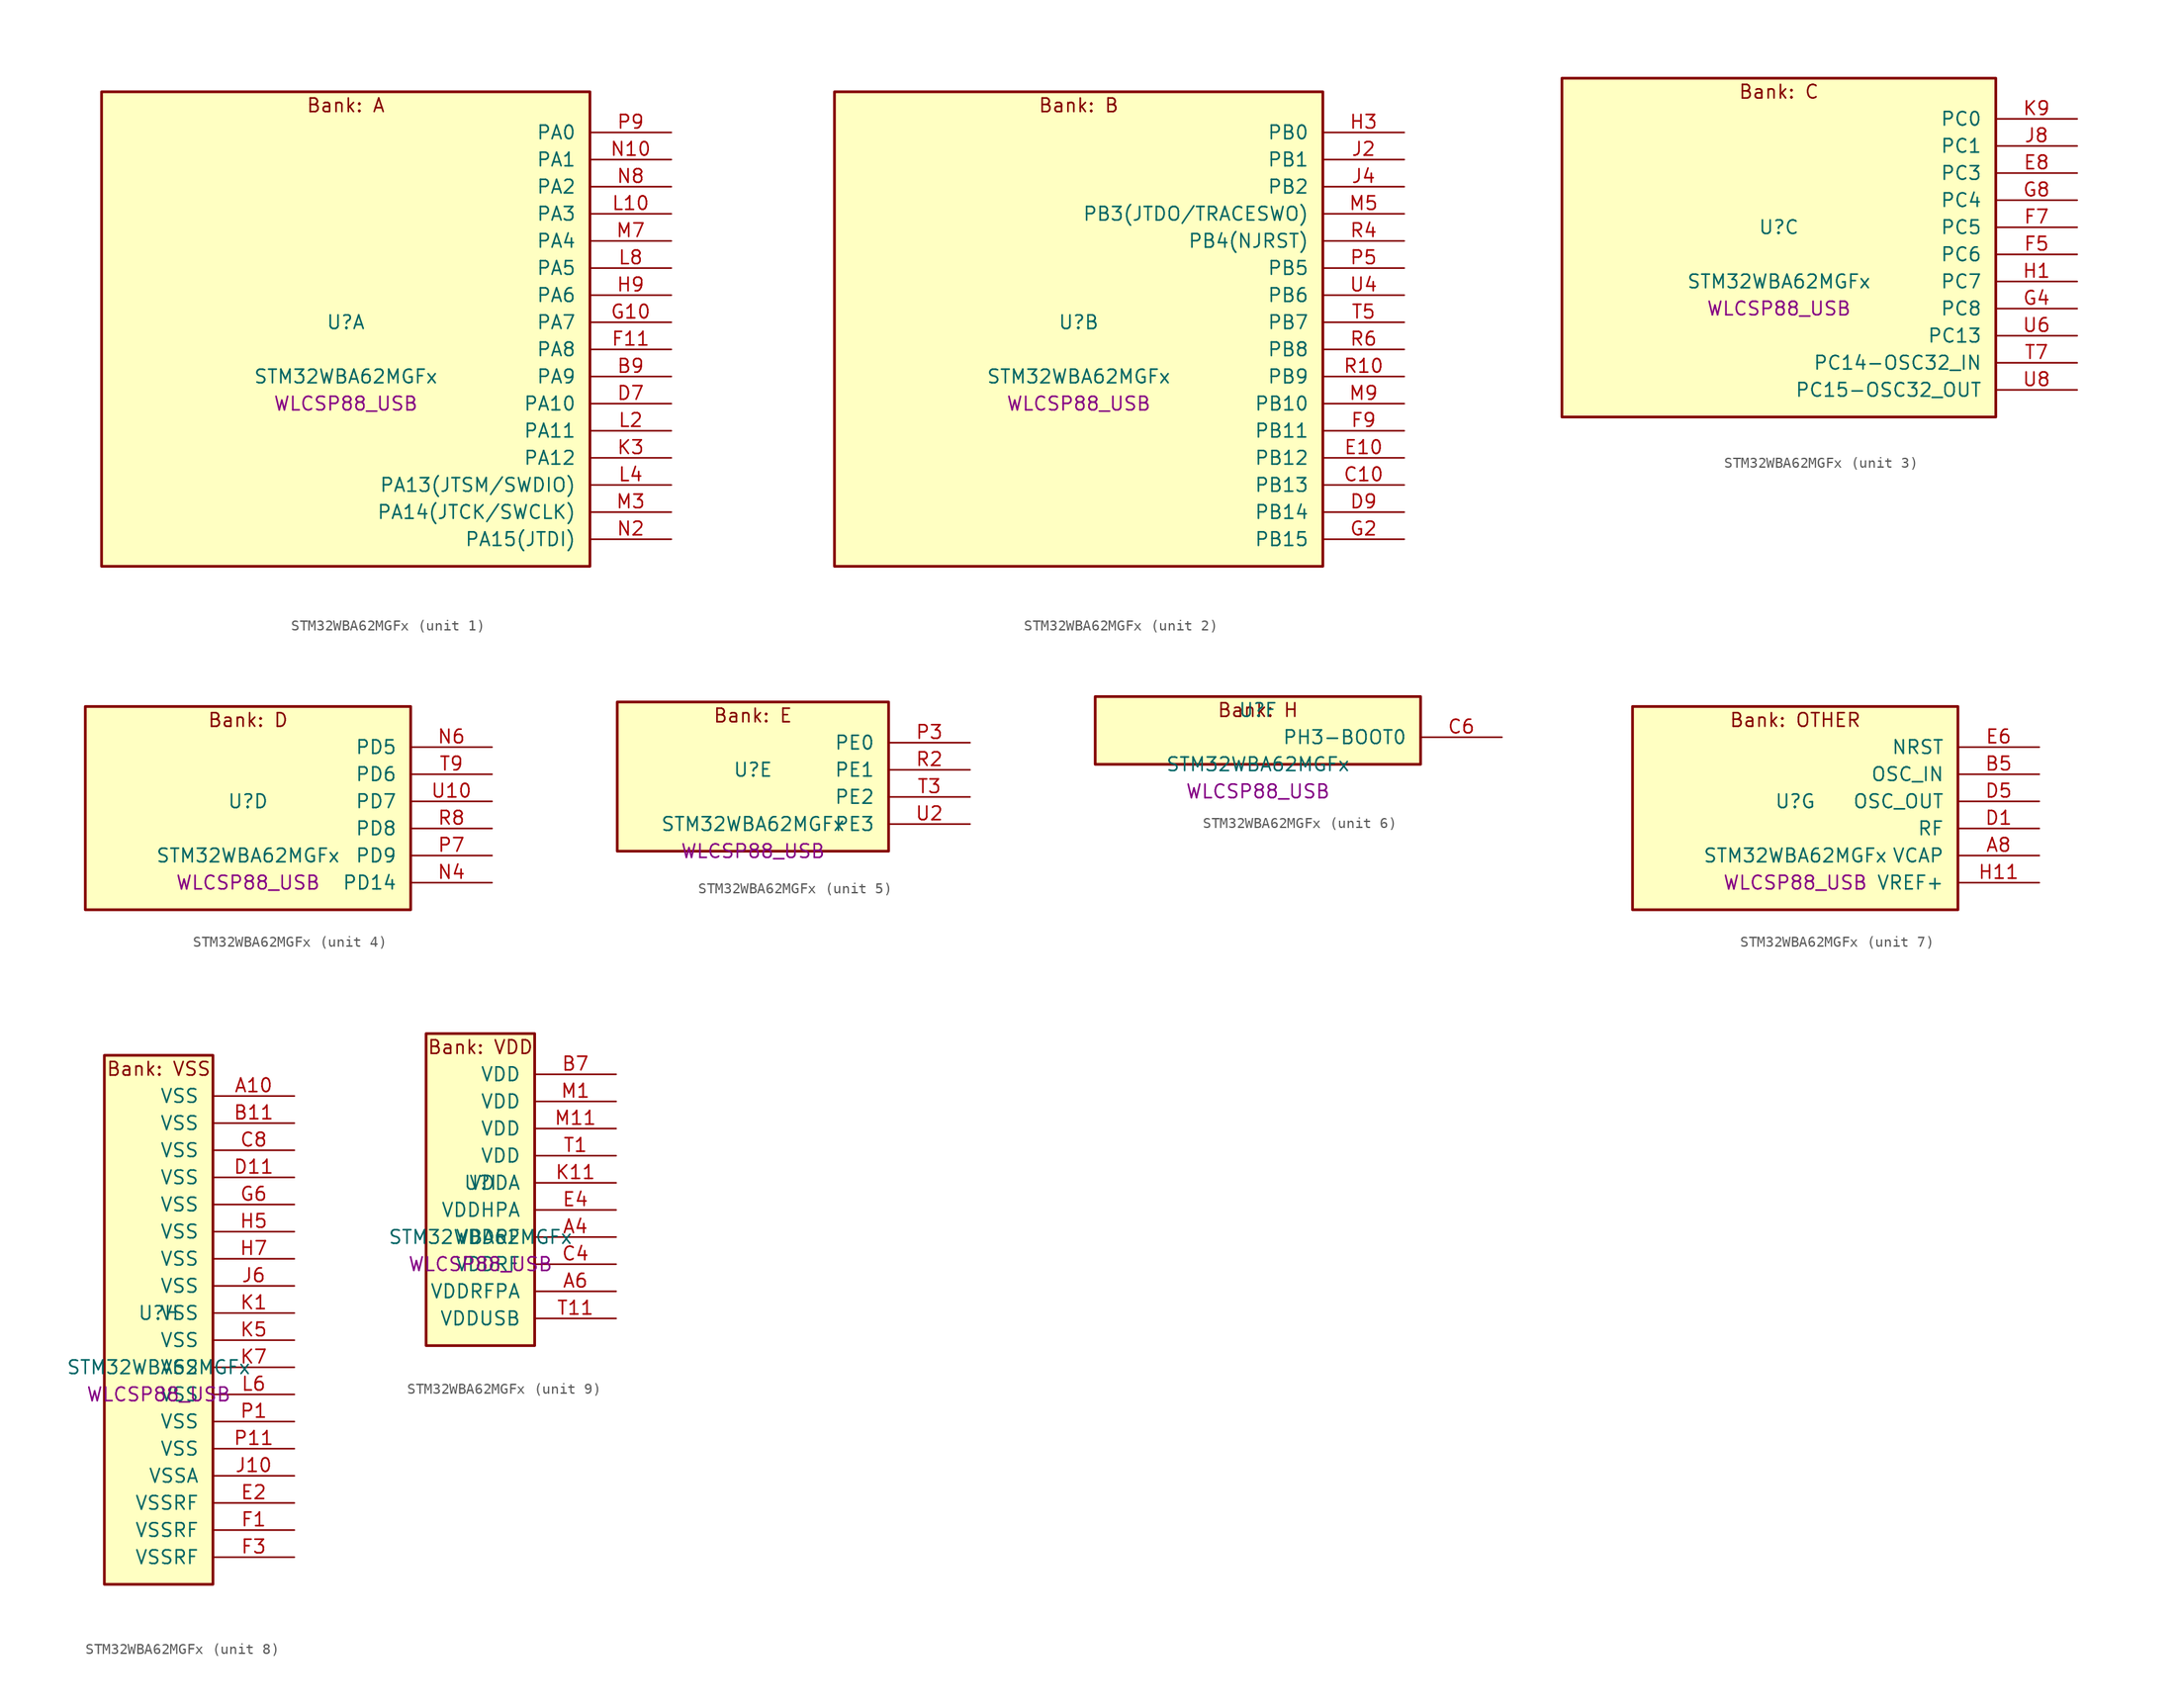
<source format=kicad_sym>
(kicad_symbol_lib
  (version 20241209)
  (generator "stm32_pkl_generator")
  (generator_version "1.0")
  (symbol "STM32WBA62MGFx"
    (pin_names
      (offset 1.27))
    (property "Reference" "U"
      (at 0 2.54 0))
    (property "Value" "STM32WBA62MGFx"
      (at 0 -2.54 0))
    (property "Footprint" "WLCSP88_USB"
      (at 0 -5.08 0))
    (symbol "STM32WBA62MGFx_1_1"
      (rectangle (start -22.86 24.13) (end 22.86 -20.32) (stroke (width 0.254) (type solid)) (fill (type background)))
      (text "Bank: A" (at 0 22.86 0))
      (pin bidirectional line (at 30.48 20.32 180) (length 7.62) (name "PA0") (number "P9") (alternate "PA0/ADC4_IN9" bidirectional line) (alternate "PA0/COMP2_INP" bidirectional line) (alternate "PA0/LPTIM1_IN1" bidirectional line) (alternate "PA0/LPUART1_CTS" bidirectional line) (alternate "PA0/PWR_WKUP1" bidirectional line) (alternate "PA0/SPI3_SCK" bidirectional line) (alternate "PA0/TIM1_CH2N" bidirectional line) (alternate "PA0/TIM3_CH3" bidirectional line) (alternate "PA0/TIM3_ETR" bidirectional line) (alternate "PA0/TSC_G2_IO2" bidirectional line))
      (pin bidirectional line (at 30.48 17.78 180) (length 7.62) (name "PA1") (number "N10") (alternate "PA1/ADC4_IN8" bidirectional line) (alternate "PA1/COMP1_INM" bidirectional line) (alternate "PA1/LPTIM2_CH2" bidirectional line) (alternate "PA1/LPUART1_RX" bidirectional line) (alternate "PA1/PWR_WKUP3" bidirectional line) (alternate "PA1/SAI1_CK1" bidirectional line) (alternate "PA1/SPI1_RDY" bidirectional line) (alternate "PA1/SPI3_MISO" bidirectional line) (alternate "PA1/TIM17_CH1" bidirectional line) (alternate "PA1/TIM1_CH1N" bidirectional line) (alternate "PA1/TIM3_CH2" bidirectional line) (alternate "PA1/TSC_G2_IO1" bidirectional line) (alternate "PA1/USART1_CK" bidirectional line))
      (pin bidirectional line (at 30.48 15.24 180) (length 7.62) (name "PA2") (number "N8") (alternate "PA2/ADC4_IN7" bidirectional line) (alternate "PA2/COMP1_INP" bidirectional line) (alternate "PA2/LPUART1_TX" bidirectional line) (alternate "PA2/PWR_WKUP4" bidirectional line) (alternate "PA2/RCC_LSCO" bidirectional line) (alternate "PA2/SAI1_D1" bidirectional line) (alternate "PA2/TIM16_CH1" bidirectional line) (alternate "PA2/TIM1_BKIN" bidirectional line) (alternate "PA2/TIM3_CH1" bidirectional line) (alternate "PA2/TSC_G4_IO4" bidirectional line) (alternate "PA2/USART1_DE" bidirectional line) (alternate "PA2/USART1_RTS" bidirectional line))
      (pin bidirectional line (at 30.48 12.7 180) (length 7.62) (name "PA3") (number "L10") (alternate "PA3/ADC4_IN6" bidirectional line) (alternate "PA3/PWR_WKUP5" bidirectional line) (alternate "PA3/TIM16_CH1N" bidirectional line) (alternate "PA3/TSC_G4_IO2" bidirectional line) (alternate "PA3/USART1_DE" bidirectional line) (alternate "PA3/USART1_RTS" bidirectional line))
      (pin bidirectional line (at 30.48 10.16 180) (length 7.62) (name "PA4") (number "M7") (alternate "PA4/ADC4_IN5" bidirectional line) (alternate "PA4/AUDIOCLK" bidirectional line) (alternate "PA4/PWR_WKUP2" bidirectional line) (alternate "PA4/TAMP_IN6" bidirectional line) (alternate "PA4/TAMP_OUT3" bidirectional line) (alternate "PA4/TIM16_CH1" bidirectional line) (alternate "PA4/TSC_G4_IO1" bidirectional line) (alternate "PA4/USART1_CTS" bidirectional line))
      (pin bidirectional line (at 30.48 7.62 180) (length 7.62) (name "PA5") (number "L8") (alternate "PA5/ADC4_IN4" bidirectional line) (alternate "PA5/AUDIOCLK" bidirectional line) (alternate "PA5/LPTIM2_ETR" bidirectional line) (alternate "PA5/PWR_CSLEEP" bidirectional line) (alternate "PA5/PWR_WKUP6" bidirectional line) (alternate "PA5/SAI1_D2" bidirectional line) (alternate "PA5/SPI3_NSS" bidirectional line) (alternate "PA5/TIM2_CH1" bidirectional line) (alternate "PA5/TIM2_ETR" bidirectional line) (alternate "PA5/TSC_G1_IO4" bidirectional line) (alternate "PA5/USART1_CK" bidirectional line) (alternate "PA5/USART3_RX" bidirectional line))
      (pin bidirectional line (at 30.48 5.08 180) (length 7.62) (name "PA6") (number "H9") (alternate "PA6/ADC4_IN3" bidirectional line) (alternate "PA6/I2C3_SCL" bidirectional line) (alternate "PA6/PWR_CSTOP" bidirectional line) (alternate "PA6/PWR_WKUP7" bidirectional line) (alternate "PA6/SAI1_CK2" bidirectional line) (alternate "PA6/SAI1_MCLK_A" bidirectional line) (alternate "PA6/SPI3_RDY" bidirectional line) (alternate "PA6/TIM2_CH4" bidirectional line) (alternate "PA6/TSC_G1_IO3" bidirectional line) (alternate "PA6/USART1_DE" bidirectional line) (alternate "PA6/USART1_RTS" bidirectional line) (alternate "PA6/USART3_CTS" bidirectional line))
      (pin bidirectional line (at 30.48 2.54 180) (length 7.62) (name "PA7") (number "G10") (alternate "PA7/ADC4_IN2" bidirectional line) (alternate "PA7/COMP1_OUT" bidirectional line) (alternate "PA7/I2C3_SDA" bidirectional line) (alternate "PA7/PWR_WKUP8" bidirectional line) (alternate "PA7/SAI1_SCK_A" bidirectional line) (alternate "PA7/SPI3_SCK" bidirectional line) (alternate "PA7/TAMP_IN1" bidirectional line) (alternate "PA7/TAMP_OUT2" bidirectional line) (alternate "PA7/TIM2_CH3" bidirectional line) (alternate "PA7/TSC_G1_IO2" bidirectional line) (alternate "PA7/USART1_CTS" bidirectional line) (alternate "PA7/USART3_TX" bidirectional line))
      (pin bidirectional line (at 30.48 0 180) (length 7.62) (name "PA8") (number "F11") (alternate "PA8/ADC4_IN1" bidirectional line) (alternate "PA8/LPTIM1_CH2" bidirectional line) (alternate "PA8/RCC_MCO" bidirectional line) (alternate "PA8/SAI1_FS_A" bidirectional line) (alternate "PA8/SPI3_RDY" bidirectional line) (alternate "PA8/TIM2_CH2" bidirectional line) (alternate "PA8/TSC_G1_IO1" bidirectional line) (alternate "PA8/USART1_RX" bidirectional line) (alternate "PA8/USB_OTG_HS_SOF" bidirectional line))
      (pin bidirectional line (at 30.48 -2.54 180) (length 7.62) (name "PA9") (number "B9") (alternate "PA9/LPUART1_DE" bidirectional line) (alternate "PA9/LPUART1_RTS" bidirectional line) (alternate "PA9/SAI1_CK1" bidirectional line) (alternate "PA9/SPI2_MISO" bidirectional line) (alternate "PA9/SPI2_SCK" bidirectional line) (alternate "PA9/TIM3_CH2" bidirectional line))
      (pin bidirectional line (at 30.48 -5.08 180) (length 7.62) (name "PA10") (number "D7") (alternate "PA10/LPUART1_RX" bidirectional line) (alternate "PA10/SAI1_D1" bidirectional line) (alternate "PA10/SPI2_NSS" bidirectional line) (alternate "PA10/TIM3_CH1" bidirectional line))
      (pin bidirectional line (at 30.48 -7.62 180) (length 7.62) (name "PA11") (number "L2") (alternate "PA11/LPTIM2_CH1" bidirectional line) (alternate "PA11/RF_ANTSW1" bidirectional line) (alternate "PA11/TIM1_CH1" bidirectional line) (alternate "PA11/USART2_RX" bidirectional line))
      (pin bidirectional line (at 30.48 -10.16 180) (length 7.62) (name "PA12") (number "K3") (alternate "PA12/COMP2_OUT" bidirectional line) (alternate "PA12/PTA_STATUS" bidirectional line) (alternate "PA12/PWR_WKUP6" bidirectional line) (alternate "PA12/RF_ANTSW0" bidirectional line) (alternate "PA12/SPI1_NSS" bidirectional line) (alternate "PA12/TIM1_CH2" bidirectional line) (alternate "PA12/TSC_G3_IO4" bidirectional line) (alternate "PA12/USART2_TX" bidirectional line))
      (pin bidirectional line (at 30.48 -12.7 180) (length 7.62) (name "PA13(JTSM/SWDIO)") (number "L4") (alternate "PA13(JTSM/SWDIO)/DEBUG_JTMS-SWDIO" bidirectional line) (alternate "PA13(JTSM/SWDIO)/IR_OUT" bidirectional line) (alternate "PA13(JTSM/SWDIO)/PTA_PRIORITY" bidirectional line))
      (pin bidirectional line (at 30.48 -15.24 180) (length 7.62) (name "PA14(JTCK/SWCLK)") (number "M3") (alternate "PA14(JTCK/SWCLK)/COMP2_OUT" bidirectional line) (alternate "PA14(JTCK/SWCLK)/DEBUG_JTCK-SWCLK" bidirectional line) (alternate "PA14(JTCK/SWCLK)/I2C4_SMBA" bidirectional line) (alternate "PA14(JTCK/SWCLK)/PTA_STATUS" bidirectional line) (alternate "PA14(JTCK/SWCLK)/TAMP_IN3" bidirectional line) (alternate "PA14(JTCK/SWCLK)/TAMP_OUT6" bidirectional line) (alternate "PA14(JTCK/SWCLK)/USART2_TX" bidirectional line) (alternate "PA14(JTCK/SWCLK)/USB_OTG_HS_SOF" bidirectional line))
      (pin bidirectional line (at 30.48 -17.78 180) (length 7.62) (name "PA15(JTDI)") (number "N2") (alternate "PA15(JTDI)/ADC4_EXTI15" bidirectional line) (alternate "PA15(JTDI)/DEBUG_JTDI" bidirectional line) (alternate "PA15(JTDI)/I2C1_SCL" bidirectional line) (alternate "PA15(JTDI)/LPTIM1_CH2" bidirectional line) (alternate "PA15(JTDI)/PTA_STATUS" bidirectional line) (alternate "PA15(JTDI)/SPI1_MOSI" bidirectional line) (alternate "PA15(JTDI)/TIM17_BKIN" bidirectional line) (alternate "PA15(JTDI)/TIM1_ETR" bidirectional line) (alternate "PA15(JTDI)/TSC_G3_IO3" bidirectional line) (alternate "PA15(JTDI)/USART2_DE" bidirectional line) (alternate "PA15(JTDI)/USART2_RTS" bidirectional line) (alternate "PA15(JTDI)/USART3_DE" bidirectional line) (alternate "PA15(JTDI)/USART3_RTS" bidirectional line)))
    (symbol "STM32WBA62MGFx_2_1"
      (rectangle (start -22.86 24.13) (end 22.86 -20.32) (stroke (width 0.254) (type solid)) (fill (type background)))
      (text "Bank: B" (at 0 22.86 0))
      (pin bidirectional line (at 30.48 20.32 180) (length 7.62) (name "PB0") (number "H3") (alternate "PB0/LPTIM2_IN2" bidirectional line) (alternate "PB0/SPI2_MOSI" bidirectional line) (alternate "PB0/TIM1_CH3N" bidirectional line) (alternate "PB0/USART2_TX" bidirectional line) (alternate "PB0/USART3_CK" bidirectional line))
      (pin bidirectional line (at 30.48 17.78 180) (length 7.62) (name "PB1") (number "J2") (alternate "PB1/I2C1_SDA" bidirectional line) (alternate "PB1/I2C3_SDA" bidirectional line) (alternate "PB1/PWR_WKUP4" bidirectional line) (alternate "PB1/TIM1_CH2N" bidirectional line) (alternate "PB1/USART2_DE" bidirectional line) (alternate "PB1/USART2_RTS" bidirectional line) (alternate "PB1/USART3_DE" bidirectional line) (alternate "PB1/USART3_RTS" bidirectional line))
      (pin bidirectional line (at 30.48 15.24 180) (length 7.62) (name "PB2") (number "J4") (alternate "PB2/I2C1_SCL" bidirectional line) (alternate "PB2/I2C3_SCL" bidirectional line) (alternate "PB2/PWR_WKUP1" bidirectional line) (alternate "PB2/RF_ANTSW2" bidirectional line) (alternate "PB2/RTC_OUT2" bidirectional line) (alternate "PB2/TIM1_CH1N" bidirectional line) (alternate "PB2/USART2_CTS" bidirectional line))
      (pin bidirectional line (at 30.48 12.7 180) (length 7.62) (name "PB3(JTDO/TRACESWO)") (number "M5") (alternate "PB3(JTDO/TRACESWO)/DEBUG_JTDO-SWO" bidirectional line) (alternate "PB3(JTDO/TRACESWO)/I2C1_SDA" bidirectional line) (alternate "PB3(JTDO/TRACESWO)/LPTIM1_IN2" bidirectional line) (alternate "PB3(JTDO/TRACESWO)/PTA_ACTIVE" bidirectional line) (alternate "PB3(JTDO/TRACESWO)/SPI1_MISO" bidirectional line) (alternate "PB3(JTDO/TRACESWO)/TIM17_CH1N" bidirectional line) (alternate "PB3(JTDO/TRACESWO)/TIM1_CH4" bidirectional line) (alternate "PB3(JTDO/TRACESWO)/TSC_G3_IO2" bidirectional line) (alternate "PB3(JTDO/TRACESWO)/USART2_CK" bidirectional line))
      (pin bidirectional line (at 30.48 10.16 180) (length 7.62) (name "PB4(NJRST)") (number "R4") (alternate "PB4(NJRST)/DEBUG_NJTRST" bidirectional line) (alternate "PB4(NJRST)/LPTIM2_IN2" bidirectional line) (alternate "PB4(NJRST)/PTA_ACTIVE" bidirectional line) (alternate "PB4(NJRST)/PTA_PRIORITY" bidirectional line) (alternate "PB4(NJRST)/SAI1_MCLK_B" bidirectional line) (alternate "PB4(NJRST)/SPI1_SCK" bidirectional line) (alternate "PB4(NJRST)/TIM17_CH1" bidirectional line) (alternate "PB4(NJRST)/TIM1_CH3" bidirectional line) (alternate "PB4(NJRST)/TSC_G3_IO1" bidirectional line) (alternate "PB4(NJRST)/USART2_RX" bidirectional line))
      (pin bidirectional line (at 30.48 7.62 180) (length 7.62) (name "PB5") (number "P5") (alternate "PB5/LPUART1_TX" bidirectional line) (alternate "PB5/SAI1_D2" bidirectional line) (alternate "PB5/SAI1_FS_B" bidirectional line) (alternate "PB5/TIM3_CH1" bidirectional line) (alternate "PB5/TSC_G5_IO4" bidirectional line))
      (pin bidirectional line (at 30.48 5.08 180) (length 7.62) (name "PB6") (number "U4") (alternate "PB6/PWR_WKUP3" bidirectional line) (alternate "PB6/SAI1_SCK_B" bidirectional line) (alternate "PB6/TIM2_CH1" bidirectional line) (alternate "PB6/TIM2_ETR" bidirectional line) (alternate "PB6/TIM4_CH1" bidirectional line) (alternate "PB6/TSC_G5_IO3" bidirectional line))
      (pin bidirectional line (at 30.48 2.54 180) (length 7.62) (name "PB7") (number "T5") (alternate "PB7/PWR_WKUP5" bidirectional line) (alternate "PB7/SAI1_SD_B" bidirectional line) (alternate "PB7/TAMP_IN5" bidirectional line) (alternate "PB7/TAMP_OUT4" bidirectional line) (alternate "PB7/TIM1_CH4N" bidirectional line) (alternate "PB7/TIM4_CH2" bidirectional line) (alternate "PB7/TSC_G5_IO2" bidirectional line))
      (pin bidirectional line (at 30.48 0 180) (length 7.62) (name "PB8") (number "R6") (alternate "PB8/COMP1_OUT" bidirectional line) (alternate "PB8/LPTIM1_ETR" bidirectional line) (alternate "PB8/PWR_PVD_IN" bidirectional line) (alternate "PB8/SPI3_MOSI" bidirectional line) (alternate "PB8/TIM16_CH1N" bidirectional line) (alternate "PB8/TIM1_CH1" bidirectional line) (alternate "PB8/TIM3_ETR" bidirectional line) (alternate "PB8/TIM4_CH3" bidirectional line) (alternate "PB8/TSC_G2_IO4" bidirectional line) (alternate "PB8/USART2_RX" bidirectional line))
      (pin bidirectional line (at 30.48 -2.54 180) (length 7.62) (name "PB9") (number "R10") (alternate "PB9/ADC4_IN10" bidirectional line) (alternate "PB9/COMP2_INM" bidirectional line) (alternate "PB9/IR_OUT" bidirectional line) (alternate "PB9/LPTIM2_IN1" bidirectional line) (alternate "PB9/LPUART1_DE" bidirectional line) (alternate "PB9/LPUART1_RTS" bidirectional line) (alternate "PB9/PWR_WKUP8" bidirectional line) (alternate "PB9/SPI2_NSS" bidirectional line) (alternate "PB9/SPI3_MISO" bidirectional line) (alternate "PB9/TIM16_CH1" bidirectional line) (alternate "PB9/TIM1_CH3N" bidirectional line) (alternate "PB9/TIM3_CH4" bidirectional line) (alternate "PB9/TIM4_CH4" bidirectional line) (alternate "PB9/TSC_G2_IO3" bidirectional line))
      (pin bidirectional line (at 30.48 -5.08 180) (length 7.62) (name "PB10") (number "M9") (alternate "PB10/I2C2_SCL" bidirectional line) (alternate "PB10/I2C4_SCL" bidirectional line) (alternate "PB10/SPI2_SCK" bidirectional line) (alternate "PB10/TIM16_BKIN" bidirectional line) (alternate "PB10/TSC_G4_IO3" bidirectional line) (alternate "PB10/USART1_CK" bidirectional line) (alternate "PB10/USART3_TX" bidirectional line))
      (pin bidirectional line (at 30.48 -7.62 180) (length 7.62) (name "PB11") (number "F9") (alternate "PB11/I2C2_SDA" bidirectional line) (alternate "PB11/I2C4_SDA" bidirectional line) (alternate "PB11/LPTIM1_CH1" bidirectional line) (alternate "PB11/LPTIM1_ETR" bidirectional line) (alternate "PB11/LPUART1_TX" bidirectional line) (alternate "PB11/SPI2_RDY" bidirectional line) (alternate "PB11/USART3_RX" bidirectional line))
      (pin bidirectional line (at 30.48 -10.16 180) (length 7.62) (name "PB12") (number "E10") (alternate "PB12/I2C2_SMBA" bidirectional line) (alternate "PB12/SAI1_SD_A" bidirectional line) (alternate "PB12/SPI1_RDY" bidirectional line) (alternate "PB12/SPI2_NSS" bidirectional line) (alternate "PB12/TIM2_CH1" bidirectional line) (alternate "PB12/TIM2_ETR" bidirectional line) (alternate "PB12/TIM3_ETR" bidirectional line) (alternate "PB12/TSC_SYNC" bidirectional line) (alternate "PB12/USART1_TX" bidirectional line) (alternate "PB12/USART3_CK" bidirectional line))
      (pin bidirectional line (at 30.48 -12.7 180) (length 7.62) (name "PB13") (number "C10") (alternate "PB13/I2C2_SCL" bidirectional line) (alternate "PB13/SPI2_SCK" bidirectional line) (alternate "PB13/TIM3_CH4" bidirectional line) (alternate "PB13/TSC_G6_IO2" bidirectional line) (alternate "PB13/USART3_CTS" bidirectional line))
      (pin bidirectional line (at 30.48 -15.24 180) (length 7.62) (name "PB14") (number "D9") (alternate "PB14/I2C2_SDA" bidirectional line) (alternate "PB14/PWR_WKUP7" bidirectional line) (alternate "PB14/RTC_REFIN" bidirectional line) (alternate "PB14/SAI1_SD_A" bidirectional line) (alternate "PB14/SPI2_MISO" bidirectional line) (alternate "PB14/TIM3_CH3" bidirectional line) (alternate "PB14/TSC_G6_IO1" bidirectional line) (alternate "PB14/USART1_TX" bidirectional line) (alternate "PB14/USART3_DE" bidirectional line) (alternate "PB14/USART3_RTS" bidirectional line))
      (pin bidirectional line (at 30.48 -17.78 180) (length 7.62) (name "PB15") (number "G2") (alternate "PB15/ADC4_EXTI15" bidirectional line) (alternate "PB15/I2C1_SMBA" bidirectional line) (alternate "PB15/I2C3_SMBA" bidirectional line) (alternate "PB15/LPUART1_CTS" bidirectional line) (alternate "PB15/PTA_GRANT" bidirectional line) (alternate "PB15/RF_EXTPABYP" bidirectional line) (alternate "PB15/TIM16_BKIN" bidirectional line) (alternate "PB15/TIM1_BKIN2" bidirectional line) (alternate "PB15/USART2_CTS" bidirectional line)))
    (symbol "STM32WBA62MGFx_3_1"
      (rectangle (start -20.32 16.51) (end 20.32 -15.24) (stroke (width 0.254) (type solid)) (fill (type background)))
      (text "Bank: C" (at 0 15.24 0))
      (pin bidirectional line (at 27.94 12.7 180) (length 7.62) (name "PC0") (number "K9") (alternate "PC0/I2C3_SCL" bidirectional line) (alternate "PC0/LPTIM1_IN1" bidirectional line) (alternate "PC0/LPTIM2_IN1" bidirectional line) (alternate "PC0/LPUART1_RX" bidirectional line) (alternate "PC0/SPI2_RDY" bidirectional line))
      (pin bidirectional line (at 27.94 10.16 180) (length 7.62) (name "PC1") (number "J8") (alternate "PC1/I2C3_SDA" bidirectional line) (alternate "PC1/LPTIM1_CH1" bidirectional line) (alternate "PC1/LPUART1_TX" bidirectional line) (alternate "PC1/SAI1_SD_A" bidirectional line) (alternate "PC1/SPI2_MOSI" bidirectional line))
      (pin bidirectional line (at 27.94 7.62 180) (length 7.62) (name "PC3") (number "E8") (alternate "PC3/LPTIM1_ETR" bidirectional line) (alternate "PC3/LPTIM2_ETR" bidirectional line) (alternate "PC3/SAI1_D1" bidirectional line) (alternate "PC3/SAI1_SD_A" bidirectional line) (alternate "PC3/SPI2_MOSI" bidirectional line) (alternate "PC3/SPI3_MOSI" bidirectional line) (alternate "PC3/TIM3_CH1" bidirectional line))
      (pin bidirectional line (at 27.94 5.08 180) (length 7.62) (name "PC4") (number "G8") (alternate "PC4/LPTIM2_CH2" bidirectional line) (alternate "PC4/SAI1_D2" bidirectional line) (alternate "PC4/SAI1_FS_A" bidirectional line) (alternate "PC4/SPI3_MISO" bidirectional line) (alternate "PC4/TIM3_CH2" bidirectional line) (alternate "PC4/USART3_TX" bidirectional line))
      (pin bidirectional line (at 27.94 2.54 180) (length 7.62) (name "PC5") (number "F7") (alternate "PC5/SAI1_D3" bidirectional line) (alternate "PC5/SAI1_SD_B" bidirectional line) (alternate "PC5/TIM1_CH4N" bidirectional line) (alternate "PC5/USART3_RX" bidirectional line))
      (pin bidirectional line (at 27.94 0 180) (length 7.62) (name "PC6") (number "F5") (alternate "PC6/PWR_CSLEEP" bidirectional line) (alternate "PC6/TIM3_CH1" bidirectional line))
      (pin bidirectional line (at 27.94 -2.54 180) (length 7.62) (name "PC7") (number "H1") (alternate "PC7/LPTIM2_CH2" bidirectional line) (alternate "PC7/PWR_CSTOP" bidirectional line) (alternate "PC7/TIM3_CH2" bidirectional line) (alternate "PC7/USART2_DE" bidirectional line) (alternate "PC7/USART2_RTS" bidirectional line))
      (pin bidirectional line (at 27.94 -5.08 180) (length 7.62) (name "PC8") (number "G4") (alternate "PC8/TIM3_CH3" bidirectional line) (alternate "PC8/USART2_RX" bidirectional line))
      (pin bidirectional line (at 27.94 -7.62 180) (length 7.62) (name "PC13") (number "U6") (alternate "PC13/PWR_WKUP2" bidirectional line) (alternate "PC13/RTC_OUT1" bidirectional line) (alternate "PC13/RTC_TS" bidirectional line) (alternate "PC13/TAMP_IN4" bidirectional line) (alternate "PC13/TAMP_OUT5" bidirectional line) (alternate "PC13/TIM1_BKIN2" bidirectional line) (alternate "PC13/TSC_G5_IO1" bidirectional line))
      (pin bidirectional line (at 27.94 -10.16 180) (length 7.62) (name "PC14-OSC32_IN") (number "T7") (alternate "PC14-OSC32_IN/RCC_OSC32_IN" bidirectional line))
      (pin bidirectional line (at 27.94 -12.7 180) (length 7.62) (name "PC15-OSC32_OUT") (number "U8") (alternate "PC15-OSC32_OUT/ADC4_EXTI15" bidirectional line) (alternate "PC15-OSC32_OUT/RCC_OSC32_OUT" bidirectional line)))
    (symbol "STM32WBA62MGFx_4_1"
      (rectangle (start -15.24 11.43) (end 15.24 -7.62) (stroke (width 0.254) (type solid)) (fill (type background)))
      (text "Bank: D" (at 0 10.16 0))
      (pin bidirectional line (at 22.86 7.62 180) (length 7.62) (name "PD5") (number "N6") (alternate "PD5/SAI1_D1" bidirectional line) (alternate "PD5/SAI1_SD_A" bidirectional line) (alternate "PD5/SPI3_MOSI" bidirectional line) (alternate "PD5/USART2_RX" bidirectional line))
      (pin bidirectional line (at 22.86 5.08 180) (length 7.62) (name "PD6") (number "T9") (alternate "PD6/USB_OTG_HS_DP" bidirectional line))
      (pin bidirectional line (at 22.86 2.54 180) (length 7.62) (name "PD7") (number "U10") (alternate "PD7/USB_OTG_HS_DM" bidirectional line))
      (pin bidirectional line (at 22.86 0 180) (length 7.62) (name "PD8") (number "R8") (alternate "PD8/USART2_CK" bidirectional line) (alternate "PD8/USB_OTG_HS_ID" bidirectional line))
      (pin bidirectional line (at 22.86 -2.54 180) (length 7.62) (name "PD9") (number "P7") (alternate "PD9/USART2_TX" bidirectional line) (alternate "PD9/USART3_TX" bidirectional line) (alternate "PD9/USB_OTG_HS_VBUS" bidirectional line))
      (pin bidirectional line (at 22.86 -5.08 180) (length 7.62) (name "PD14") (number "N4") (alternate "PD14/DEBUG_TRACED3" bidirectional line) (alternate "PD14/TIM4_CH3" bidirectional line)))
    (symbol "STM32WBA62MGFx_5_1"
      (rectangle (start -12.7 8.89) (end 12.7 -5.08) (stroke (width 0.254) (type solid)) (fill (type background)))
      (text "Bank: E" (at 0 7.62 0))
      (pin bidirectional line (at 20.32 5.08 180) (length 7.62) (name "PE0") (number "P3") (alternate "PE0/DEBUG_TRACECLK" bidirectional line) (alternate "PE0/TIM16_CH1" bidirectional line) (alternate "PE0/TIM4_ETR" bidirectional line) (alternate "PE0/TSC_G7_IO4" bidirectional line))
      (pin bidirectional line (at 20.32 2.54 180) (length 7.62) (name "PE1") (number "R2") (alternate "PE1/DEBUG_TRACED0" bidirectional line) (alternate "PE1/TIM17_CH1" bidirectional line) (alternate "PE1/TSC_G7_IO3" bidirectional line))
      (pin bidirectional line (at 20.32 0 180) (length 7.62) (name "PE2") (number "T3") (alternate "PE2/DEBUG_TRACED1" bidirectional line) (alternate "PE2/SAI1_CK1" bidirectional line) (alternate "PE2/SAI1_MCLK_A" bidirectional line) (alternate "PE2/TIM3_ETR" bidirectional line) (alternate "PE2/TSC_G7_IO2" bidirectional line))
      (pin bidirectional line (at 20.32 -2.54 180) (length 7.62) (name "PE3") (number "U2") (alternate "PE3/DEBUG_TRACED2" bidirectional line) (alternate "PE3/SAI1_SD_B" bidirectional line) (alternate "PE3/TIM3_CH1" bidirectional line) (alternate "PE3/TSC_G7_IO1" bidirectional line)))
    (symbol "STM32WBA62MGFx_6_1"
      (rectangle (start -15.24 3.81) (end 15.24 -2.54) (stroke (width 0.254) (type solid)) (fill (type background)))
      (text "Bank: H" (at 0 2.54 0))
      (pin bidirectional line (at 22.86 0 180) (length 7.62) (name "PH3-BOOT0") (number "C6") (alternate "PH3-BOOT0/PTA_GRANT" bidirectional line) (alternate "PH3-BOOT0/RF_EXTPABYP" bidirectional line) (alternate "PH3-BOOT0/TAMP_IN2" bidirectional line) (alternate "PH3-BOOT0/TAMP_OUT1" bidirectional line)))
    (symbol "STM32WBA62MGFx_7_1"
      (rectangle (start -15.24 11.43) (end 15.24 -7.62) (stroke (width 0.254) (type solid)) (fill (type background)))
      (text "Bank: OTHER" (at 0 10.16 0))
      (pin input line (at 22.86 7.62 180) (length 7.62) (name "NRST") (number "E6"))
      (pin bidirectional line (at 22.86 5.08 180) (length 7.62) (name "OSC_IN") (number "B5") (alternate "OSC_IN/RCC_OSC_IN" bidirectional line))
      (pin bidirectional line (at 22.86 2.54 180) (length 7.62) (name "OSC_OUT") (number "D5") (alternate "OSC_OUT/RCC_OSC_OUT" bidirectional line))
      (pin bidirectional line (at 22.86 0 180) (length 7.62) (name "RF") (number "D1"))
      (pin power_in line (at 22.86 -2.54 180) (length 7.62) (name "VCAP") (number "A8"))
      (pin bidirectional line (at 22.86 -5.08 180) (length 7.62) (name "VREF+") (number "H11")))
    (symbol "STM32WBA62MGFx_8_1"
      (rectangle (start -5.08 26.67) (end 5.08 -22.86) (stroke (width 0.254) (type solid)) (fill (type background)))
      (text "Bank: VSS" (at 0 25.4 0))
      (pin power_in line (at 12.7 22.86 180) (length 7.62) (name "VSS") (number "A10"))
      (pin power_in line (at 12.7 20.32 180) (length 7.62) (name "VSS") (number "B11"))
      (pin power_in line (at 12.7 17.78 180) (length 7.62) (name "VSS") (number "C8"))
      (pin power_in line (at 12.7 15.24 180) (length 7.62) (name "VSS") (number "D11"))
      (pin power_in line (at 12.7 12.7 180) (length 7.62) (name "VSS") (number "G6"))
      (pin power_in line (at 12.7 10.16 180) (length 7.62) (name "VSS") (number "H5"))
      (pin power_in line (at 12.7 7.62 180) (length 7.62) (name "VSS") (number "H7"))
      (pin power_in line (at 12.7 5.08 180) (length 7.62) (name "VSS") (number "J6"))
      (pin power_in line (at 12.7 2.54 180) (length 7.62) (name "VSS") (number "K1"))
      (pin power_in line (at 12.7 0 180) (length 7.62) (name "VSS") (number "K5"))
      (pin power_in line (at 12.7 -2.54 180) (length 7.62) (name "VSS") (number "K7"))
      (pin power_in line (at 12.7 -5.08 180) (length 7.62) (name "VSS") (number "L6"))
      (pin power_in line (at 12.7 -7.62 180) (length 7.62) (name "VSS") (number "P1"))
      (pin power_in line (at 12.7 -10.16 180) (length 7.62) (name "VSS") (number "P11"))
      (pin power_in line (at 12.7 -12.7 180) (length 7.62) (name "VSSA") (number "J10"))
      (pin power_in line (at 12.7 -15.24 180) (length 7.62) (name "VSSRF") (number "E2"))
      (pin power_in line (at 12.7 -17.78 180) (length 7.62) (name "VSSRF") (number "F1"))
      (pin power_in line (at 12.7 -20.32 180) (length 7.62) (name "VSSRF") (number "F3")))
    (symbol "STM32WBA62MGFx_9_1"
      (rectangle (start -5.08 16.51) (end 5.08 -12.7) (stroke (width 0.254) (type solid)) (fill (type background)))
      (text "Bank: VDD" (at 0 15.24 0))
      (pin power_in line (at 12.7 12.7 180) (length 7.62) (name "VDD") (number "B7"))
      (pin power_in line (at 12.7 10.16 180) (length 7.62) (name "VDD") (number "M1"))
      (pin power_in line (at 12.7 7.62 180) (length 7.62) (name "VDD") (number "M11"))
      (pin power_in line (at 12.7 5.08 180) (length 7.62) (name "VDD") (number "T1"))
      (pin power_in line (at 12.7 2.54 180) (length 7.62) (name "VDDA") (number "K11"))
      (pin power_in line (at 12.7 0 180) (length 7.62) (name "VDDHPA") (number "E4"))
      (pin power_in line (at 12.7 -2.54 180) (length 7.62) (name "VDDRF") (number "A4"))
      (pin power_in line (at 12.7 -5.08 180) (length 7.62) (name "VDDRF") (number "C4"))
      (pin power_in line (at 12.7 -7.62 180) (length 7.62) (name "VDDRFPA") (number "A6"))
      (pin power_in line (at 12.7 -10.16 180) (length 7.62) (name "VDDUSB") (number "T11")))))
</source>
